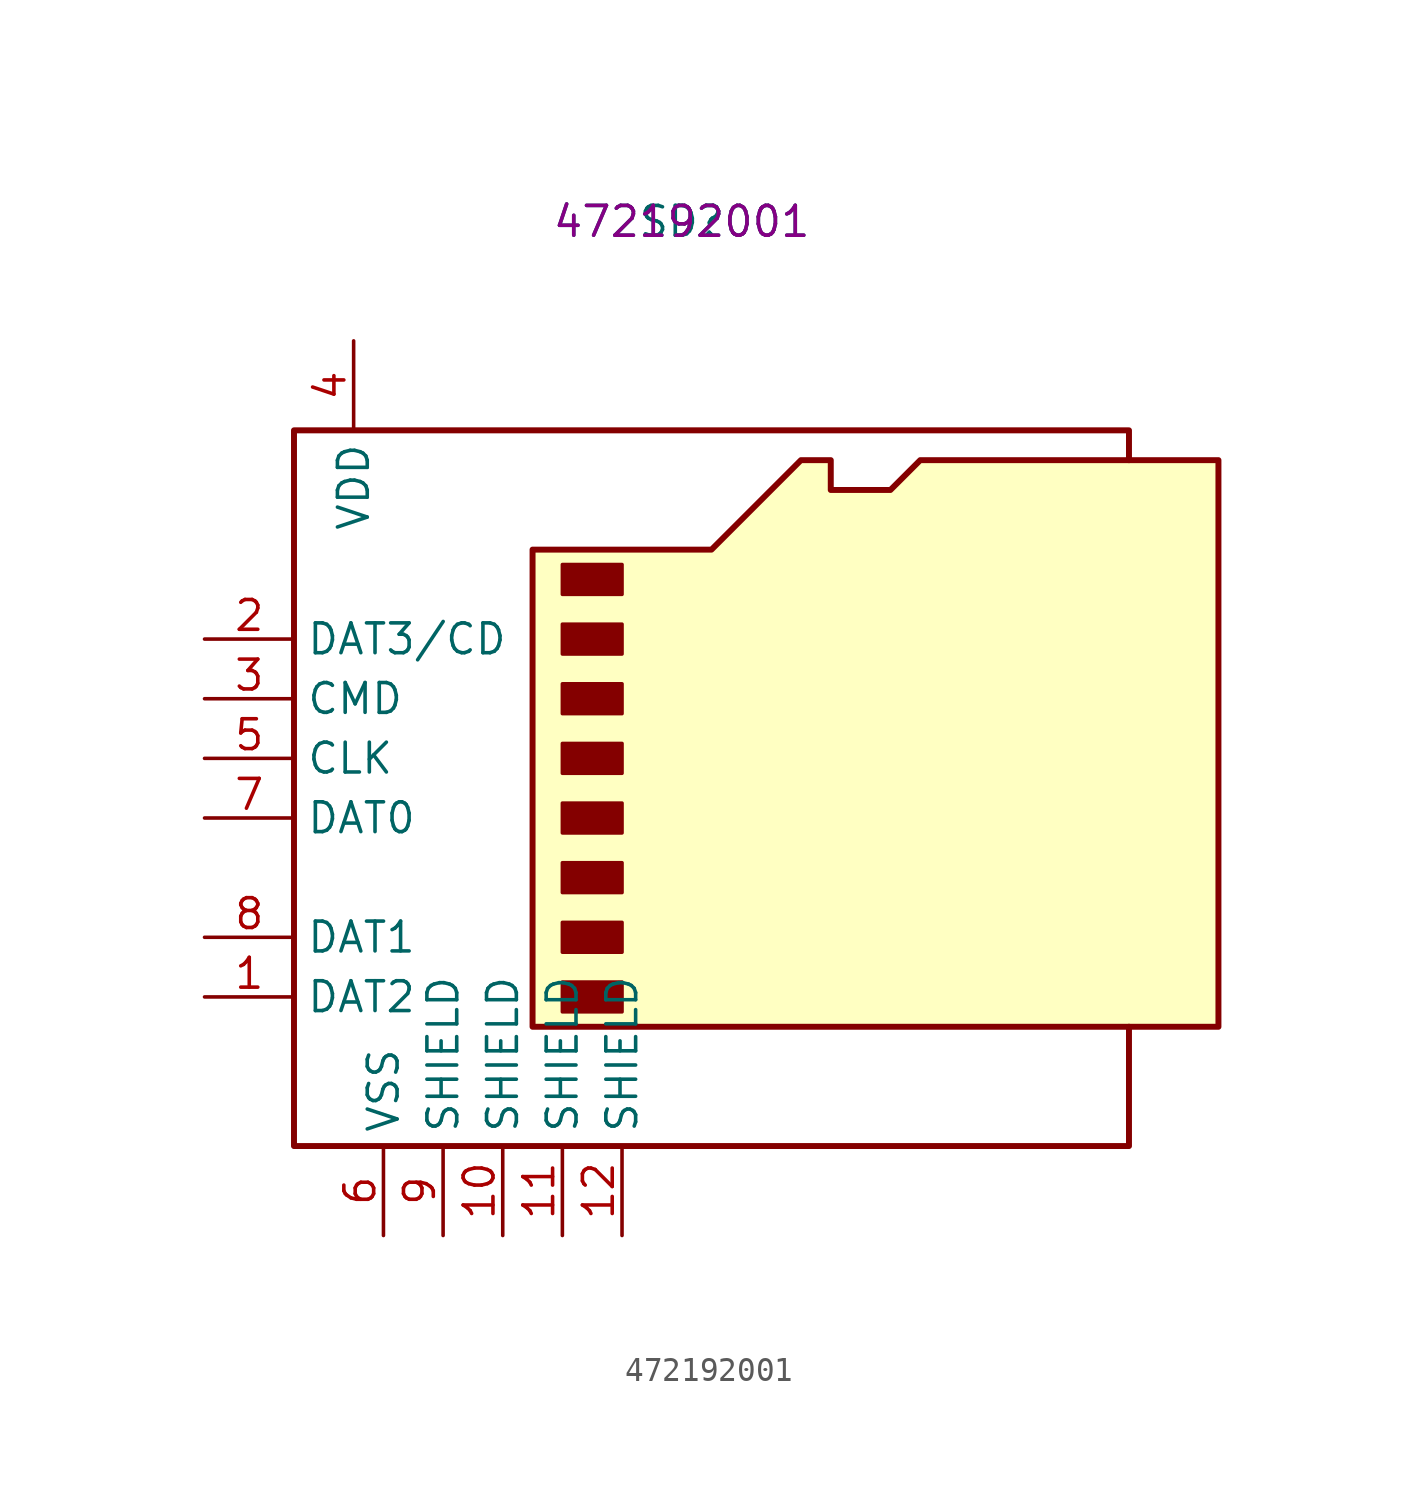
<source format=kicad_sym>
(kicad_symbol_lib
  (version 20220914)
  (generator kicad_symbol_editor)
  (symbol "472192001"
    (property "Reference" "SD"
      (at 0 0 0)
      (effects (font (size 1.27 1.27))))
    (property "Value" "472192001"
      (at 0 0 0)
      (effects (font (size 1.27 1.27))))
    (property "part_number" "472192001"
      (at 0 0 0)
      (effects (font (size 1.27 1.27))))
    (symbol "472192001_0_1"
      (rectangle (start -5.08 -32.385) (end -2.54 -33.655) (stroke (width 0) (type default)) (fill (type outline)))
      (rectangle (start -5.08 -29.845) (end -2.54 -31.115) (stroke (width 0) (type default)) (fill (type outline)))
      (rectangle (start -5.08 -27.305) (end -2.54 -28.575) (stroke (width 0) (type default)) (fill (type outline)))
      (rectangle (start -5.08 -24.765) (end -2.54 -26.035) (stroke (width 0) (type default)) (fill (type outline)))
      (rectangle (start -5.08 -22.225) (end -2.54 -23.495) (stroke (width 0) (type default)) (fill (type outline)))
      (rectangle (start -5.08 -19.685) (end -2.54 -20.955) (stroke (width 0) (type default)) (fill (type outline)))
      (rectangle (start -5.08 -17.145) (end -2.54 -18.415) (stroke (width 0) (type default)) (fill (type outline)))
      (rectangle (start -5.08 -14.605) (end -2.54 -15.875) (stroke (width 0) (type default)) (fill (type outline)))
      (polyline (pts (xy 19.05 -10.16) (xy 19.05 -8.89) (xy -16.51 -8.89) (xy -16.51 -39.37) (xy 19.05 -39.37) (xy 19.05 -34.29)) (stroke (width 0.254) (type default)) (fill (type none)))
      (polyline (pts (xy -6.35 -34.29) (xy -6.35 -13.97) (xy 1.27 -13.97) (xy 5.08 -10.16) (xy 6.35 -10.16) (xy 6.35 -11.43) (xy 8.89 -11.43) (xy 10.16 -10.16) (xy 22.86 -10.16) (xy 22.86 -34.29) (xy -6.35 -34.29)) (stroke (width 0.254) (type default)) (fill (type background))))
    (symbol "472192001_1_1"
      (pin bidirectional line (at -20.32 -33.02 0) (length 3.81) (name "DAT2" (effects (font (size 1.27 1.27)))) (number "1" (effects (font (size 1.27 1.27)))))
      (pin passive line (at -7.62 -43.18 90) (length 3.81) (name "SHIELD" (effects (font (size 1.27 1.27)))) (number "10" (effects (font (size 1.27 1.27)))))
      (pin passive line (at -5.08 -43.18 90) (length 3.81) (name "SHIELD" (effects (font (size 1.27 1.27)))) (number "11" (effects (font (size 1.27 1.27)))))
      (pin passive line (at -2.54 -43.18 90) (length 3.81) (name "SHIELD" (effects (font (size 1.27 1.27)))) (number "12" (effects (font (size 1.27 1.27)))))
      (pin bidirectional line (at -20.32 -17.78 0) (length 3.81) (name "DAT3/CD" (effects (font (size 1.27 1.27)))) (number "2" (effects (font (size 1.27 1.27)))))
      (pin input line (at -20.32 -20.32 0) (length 3.81) (name "CMD" (effects (font (size 1.27 1.27)))) (number "3" (effects (font (size 1.27 1.27)))))
      (pin power_in line (at -13.97 -5.08 270) (length 3.81) (name "VDD" (effects (font (size 1.27 1.27)))) (number "4" (effects (font (size 1.27 1.27)))))
      (pin input line (at -20.32 -22.86 0) (length 3.81) (name "CLK" (effects (font (size 1.27 1.27)))) (number "5" (effects (font (size 1.27 1.27)))))
      (pin power_in line (at -12.7 -43.18 90) (length 3.81) (name "VSS" (effects (font (size 1.27 1.27)))) (number "6" (effects (font (size 1.27 1.27)))))
      (pin bidirectional line (at -20.32 -25.4 0) (length 3.81) (name "DAT0" (effects (font (size 1.27 1.27)))) (number "7" (effects (font (size 1.27 1.27)))))
      (pin bidirectional line (at -20.32 -30.48 0) (length 3.81) (name "DAT1" (effects (font (size 1.27 1.27)))) (number "8" (effects (font (size 1.27 1.27)))))
      (pin passive line (at -10.16 -43.18 90) (length 3.81) (name "SHIELD" (effects (font (size 1.27 1.27)))) (number "9" (effects (font (size 1.27 1.27))))))))
</source>
